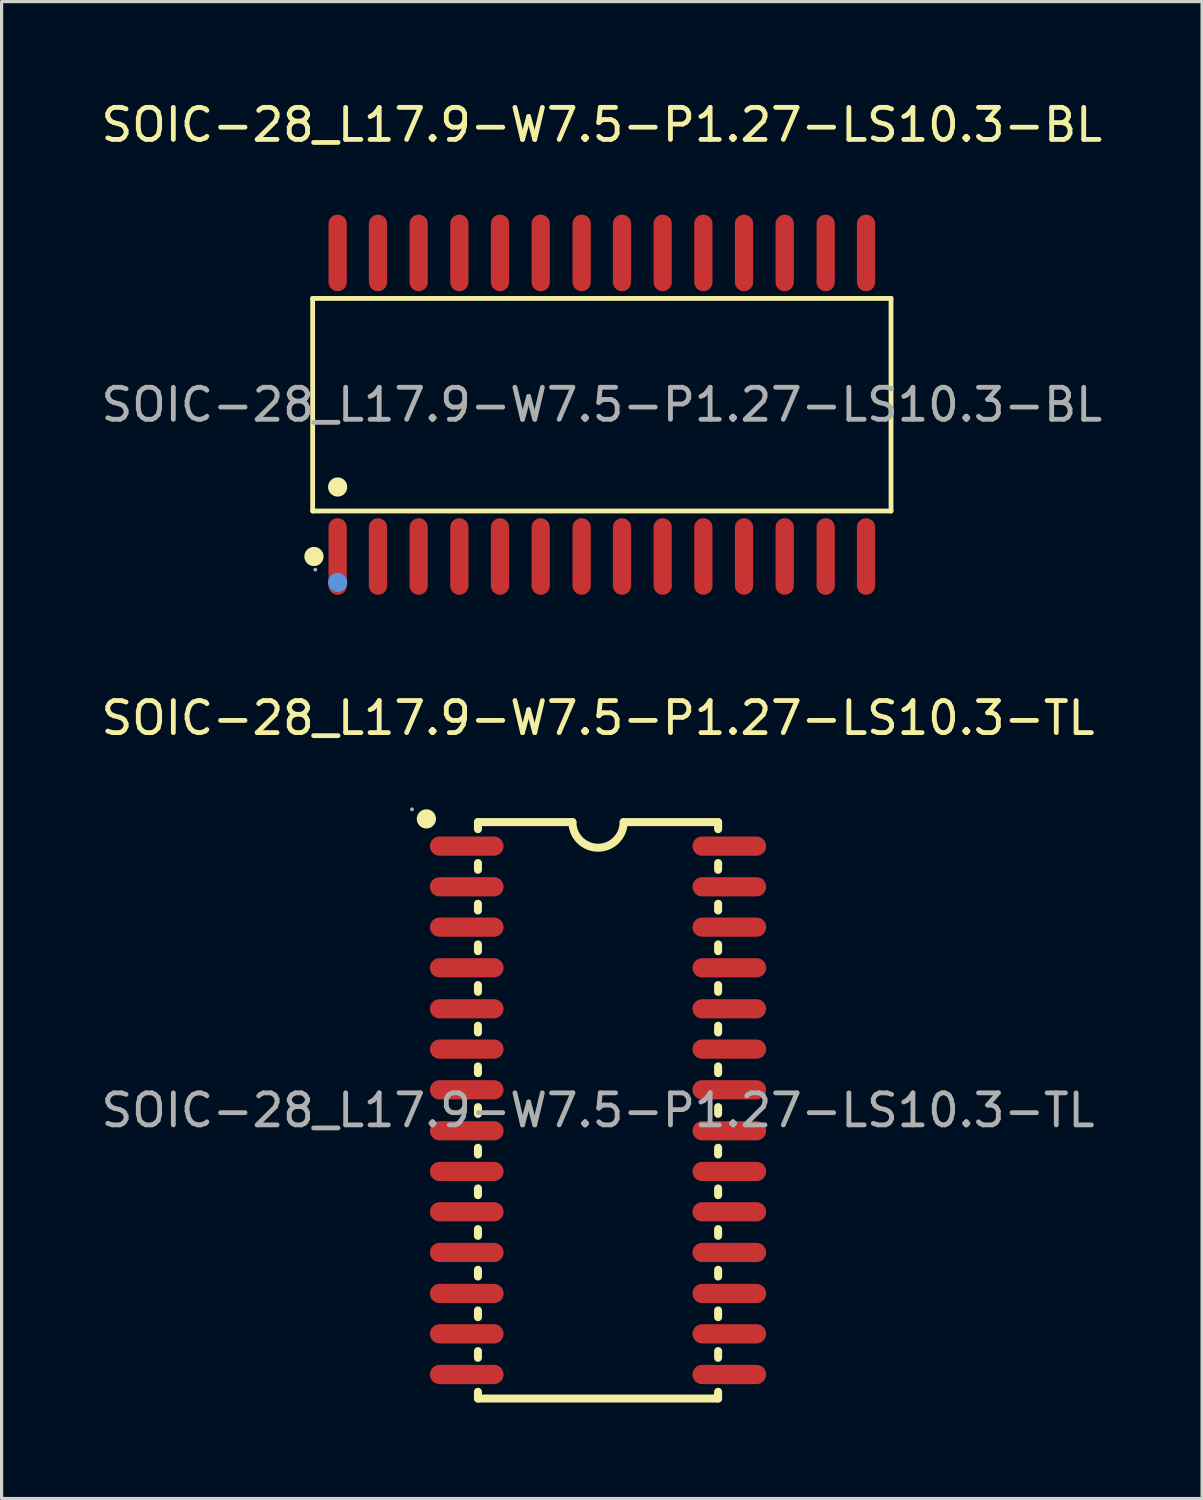
<source format=kicad_pcb>
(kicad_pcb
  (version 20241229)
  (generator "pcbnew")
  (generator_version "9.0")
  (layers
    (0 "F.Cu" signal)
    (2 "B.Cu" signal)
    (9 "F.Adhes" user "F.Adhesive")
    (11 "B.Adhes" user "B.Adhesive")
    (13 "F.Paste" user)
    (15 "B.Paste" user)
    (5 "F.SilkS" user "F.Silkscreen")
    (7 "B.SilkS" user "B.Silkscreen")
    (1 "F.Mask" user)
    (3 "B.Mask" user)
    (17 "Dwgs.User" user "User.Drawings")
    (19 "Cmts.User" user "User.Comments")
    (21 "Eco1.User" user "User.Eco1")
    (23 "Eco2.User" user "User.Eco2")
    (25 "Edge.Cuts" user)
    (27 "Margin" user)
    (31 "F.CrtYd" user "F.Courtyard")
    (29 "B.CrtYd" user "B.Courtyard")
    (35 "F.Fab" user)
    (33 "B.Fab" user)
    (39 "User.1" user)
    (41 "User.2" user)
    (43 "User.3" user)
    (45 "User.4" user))
  (footprint "SOIC-28_L17.9-W7.5-P1.27-LS10.3-TL"
    (layer "F.Cu")
    (at 15.625 31.622)
    (property "Reference" "SOIC-28_L17.9-W7.5-P1.27-LS10.3-TL" (at 0 -12.25 0) (layer "F.SilkS") (effects (font (size 1 1) (thickness 0.15))))
    (attr through_hole)
    (fp_line (start -3.75 -9) (end -3.75 -8.78) (stroke (width 0.25) (type solid)) (layer "F.SilkS"))
    (fp_line (start -3.75 -9) (end -0.8 -9) (stroke (width 0.25) (type solid)) (layer "F.SilkS"))
    (fp_line (start -3.75 -7.72) (end -3.75 -7.51) (stroke (width 0.25) (type solid)) (layer "F.SilkS"))
    (fp_line (start -3.75 -6.45) (end -3.75 -6.24) (stroke (width 0.25) (type solid)) (layer "F.SilkS"))
    (fp_line (start -3.75 -5.18) (end -3.75 -4.97) (stroke (width 0.25) (type solid)) (layer "F.SilkS"))
    (fp_line (start -3.75 -3.91) (end -3.75 -3.7) (stroke (width 0.25) (type solid)) (layer "F.SilkS"))
    (fp_line (start -3.75 -2.64) (end -3.75 -2.43) (stroke (width 0.25) (type solid)) (layer "F.SilkS"))
    (fp_line (start -3.75 -1.37) (end -3.75 -1.16) (stroke (width 0.25) (type solid)) (layer "F.SilkS"))
    (fp_line (start -3.75 -0.1) (end -3.75 0.11) (stroke (width 0.25) (type solid)) (layer "F.SilkS"))
    (fp_line (start -3.75 1.17) (end -3.75 1.38) (stroke (width 0.25) (type solid)) (layer "F.SilkS"))
    (fp_line (start -3.75 2.44) (end -3.75 2.65) (stroke (width 0.25) (type solid)) (layer "F.SilkS"))
    (fp_line (start -3.75 3.71) (end -3.75 3.92) (stroke (width 0.25) (type solid)) (layer "F.SilkS"))
    (fp_line (start -3.75 4.98) (end -3.75 5.19) (stroke (width 0.25) (type solid)) (layer "F.SilkS"))
    (fp_line (start -3.75 6.25) (end -3.75 6.46) (stroke (width 0.25) (type solid)) (layer "F.SilkS"))
    (fp_line (start -3.75 7.52) (end -3.75 7.73) (stroke (width 0.25) (type solid)) (layer "F.SilkS"))
    (fp_line (start -3.75 8.79) (end -3.75 9) (stroke (width 0.25) (type solid)) (layer "F.SilkS"))
    (fp_line (start 3.75 -9) (end 0.8 -9) (stroke (width 0.25) (type solid)) (layer "F.SilkS"))
    (fp_line (start 3.75 -9) (end 3.75 -8.78) (stroke (width 0.25) (type solid)) (layer "F.SilkS"))
    (fp_line (start 3.75 -7.72) (end 3.75 -7.51) (stroke (width 0.25) (type solid)) (layer "F.SilkS"))
    (fp_line (start 3.75 -6.45) (end 3.75 -6.24) (stroke (width 0.25) (type solid)) (layer "F.SilkS"))
    (fp_line (start 3.75 -5.18) (end 3.75 -4.97) (stroke (width 0.25) (type solid)) (layer "F.SilkS"))
    (fp_line (start 3.75 -3.91) (end 3.75 -3.7) (stroke (width 0.25) (type solid)) (layer "F.SilkS"))
    (fp_line (start 3.75 -2.64) (end 3.75 -2.43) (stroke (width 0.25) (type solid)) (layer "F.SilkS"))
    (fp_line (start 3.75 -1.37) (end 3.75 -1.16) (stroke (width 0.25) (type solid)) (layer "F.SilkS"))
    (fp_line (start 3.75 -0.1) (end 3.75 0.11) (stroke (width 0.25) (type solid)) (layer "F.SilkS"))
    (fp_line (start 3.75 1.17) (end 3.75 1.38) (stroke (width 0.25) (type solid)) (layer "F.SilkS"))
    (fp_line (start 3.75 2.44) (end 3.75 2.65) (stroke (width 0.25) (type solid)) (layer "F.SilkS"))
    (fp_line (start 3.75 3.71) (end 3.75 3.92) (stroke (width 0.25) (type solid)) (layer "F.SilkS"))
    (fp_line (start 3.75 4.98) (end 3.75 5.19) (stroke (width 0.25) (type solid)) (layer "F.SilkS"))
    (fp_line (start 3.75 6.25) (end 3.75 6.46) (stroke (width 0.25) (type solid)) (layer "F.SilkS"))
    (fp_line (start 3.75 7.52) (end 3.75 7.73) (stroke (width 0.25) (type solid)) (layer "F.SilkS"))
    (fp_line (start 3.75 8.79) (end 3.75 9) (stroke (width 0.25) (type solid)) (layer "F.SilkS"))
    (fp_line (start 3.75 9) (end -3.75 9) (stroke (width 0.25) (type solid)) (layer "F.SilkS"))
    (fp_arc (start -5.36 -9.1) (mid -5.36 -9.1) (end -5.36 -9.1) (stroke (width 0.3) (type solid)) (layer "F.SilkS"))
    (fp_arc (start 0.8 -9) (mid 0 -8.2) (end -0.8 -9) (stroke (width 0.25) (type solid)) (layer "F.SilkS"))
    (fp_circle (center -5.81 -9.4) (end -5.78 -9.4) (stroke (width 0.06) (type solid)) (fill no) (layer "F.Fab"))
    (fp_text user "${REFERENCE}" (at 0 0 0) (layer "F.Fab") (effects (font (size 1 1) (thickness 0.15))))
    (pad "1" smd oval (at -4.1 -8.25 90) (size 0.6 2.3) (layers "F.Cu" "F.Mask" "F.Paste"))
    (pad "2" smd oval (at -4.1 -6.98 90) (size 0.6 2.3) (layers "F.Cu" "F.Mask" "F.Paste"))
    (pad "3" smd oval (at -4.1 -5.72 90) (size 0.6 2.3) (layers "F.Cu" "F.Mask" "F.Paste"))
    (pad "4" smd oval (at -4.1 -4.45 90) (size 0.6 2.3) (layers "F.Cu" "F.Mask" "F.Paste"))
    (pad "5" smd oval (at -4.1 -3.17 90) (size 0.6 2.3) (layers "F.Cu" "F.Mask" "F.Paste"))
    (pad "6" smd oval (at -4.1 -1.91 90) (size 0.6 2.3) (layers "F.Cu" "F.Mask" "F.Paste"))
    (pad "7" smd oval (at -4.1 -0.64 90) (size 0.6 2.3) (layers "F.Cu" "F.Mask" "F.Paste"))
    (pad "8" smd oval (at -4.1 0.64 90) (size 0.6 2.3) (layers "F.Cu" "F.Mask" "F.Paste"))
    (pad "9" smd oval (at -4.1 1.91 90) (size 0.6 2.3) (layers "F.Cu" "F.Mask" "F.Paste"))
    (pad "10" smd oval (at -4.1 3.17 90) (size 0.6 2.3) (layers "F.Cu" "F.Mask" "F.Paste"))
    (pad "11" smd oval (at -4.1 4.44 90) (size 0.6 2.3) (layers "F.Cu" "F.Mask" "F.Paste"))
    (pad "12" smd oval (at -4.1 5.72 90) (size 0.6 2.3) (layers "F.Cu" "F.Mask" "F.Paste"))
    (pad "13" smd oval (at -4.1 6.98 90) (size 0.6 2.3) (layers "F.Cu" "F.Mask" "F.Paste"))
    (pad "14" smd oval (at -4.1 8.25 90) (size 0.6 2.3) (layers "F.Cu" "F.Mask" "F.Paste"))
    (pad "15" smd oval (at 4.1 8.25 90) (size 0.6 2.3) (layers "F.Cu" "F.Mask" "F.Paste"))
    (pad "16" smd oval (at 4.1 6.98 90) (size 0.6 2.3) (layers "F.Cu" "F.Mask" "F.Paste"))
    (pad "17" smd oval (at 4.1 5.72 90) (size 0.6 2.3) (layers "F.Cu" "F.Mask" "F.Paste"))
    (pad "18" smd oval (at 4.1 4.44 90) (size 0.6 2.3) (layers "F.Cu" "F.Mask" "F.Paste"))
    (pad "19" smd oval (at 4.1 3.17 90) (size 0.6 2.3) (layers "F.Cu" "F.Mask" "F.Paste"))
    (pad "20" smd oval (at 4.1 1.91 90) (size 0.6 2.3) (layers "F.Cu" "F.Mask" "F.Paste"))
    (pad "21" smd oval (at 4.1 0.64 90) (size 0.6 2.3) (layers "F.Cu" "F.Mask" "F.Paste"))
    (pad "22" smd oval (at 4.1 -0.64 90) (size 0.6 2.3) (layers "F.Cu" "F.Mask" "F.Paste"))
    (pad "23" smd oval (at 4.1 -1.91 90) (size 0.6 2.3) (layers "F.Cu" "F.Mask" "F.Paste"))
    (pad "24" smd oval (at 4.1 -3.17 90) (size 0.6 2.3) (layers "F.Cu" "F.Mask" "F.Paste"))
    (pad "25" smd oval (at 4.1 -4.45 90) (size 0.6 2.3) (layers "F.Cu" "F.Mask" "F.Paste"))
    (pad "26" smd oval (at 4.1 -5.72 90) (size 0.6 2.3) (layers "F.Cu" "F.Mask" "F.Paste"))
    (pad "27" smd oval (at 4.1 -6.98 90) (size 0.6 2.3) (layers "F.Cu" "F.Mask" "F.Paste"))
    (pad "28" smd oval (at 4.1 -8.25 90) (size 0.6 2.3) (layers "F.Cu" "F.Mask" "F.Paste")))
  (footprint "SOIC-28_L17.9-W7.5-P1.27-LS10.3-BL"
    (layer "F.Cu")
    (at 15.744 9.588)
    (property "Reference" "SOIC-28_L17.9-W7.5-P1.27-LS10.3-BL" (at 0 -8.74 0) (layer "F.SilkS") (effects (font (size 1 1) (thickness 0.15))))
    (attr through_hole)
    (fp_line (start -9.03 -3.32) (end 9.03 -3.32) (stroke (width 0.15) (type solid)) (layer "F.SilkS"))
    (fp_line (start -9.03 3.32) (end -9.03 -3.32) (stroke (width 0.15) (type solid)) (layer "F.SilkS"))
    (fp_line (start 9.03 -3.32) (end 9.03 3.32) (stroke (width 0.15) (type solid)) (layer "F.SilkS"))
    (fp_line (start 9.03 3.32) (end -9.03 3.32) (stroke (width 0.15) (type solid)) (layer "F.SilkS"))
    (fp_circle (center -8.99 4.74) (end -8.84 4.74) (stroke (width 0.3) (type solid)) (fill no) (layer "F.SilkS"))
    (fp_circle (center -8.25 2.57) (end -8.1 2.57) (stroke (width 0.3) (type solid)) (fill no) (layer "F.SilkS"))
    (fp_circle (center -8.25 5.55) (end -8.1 5.55) (stroke (width 0.3) (type solid)) (fill no) (layer "Cmts.User"))
    (fp_circle (center -8.95 5.15) (end -8.92 5.15) (stroke (width 0.06) (type solid)) (fill no) (layer "F.Fab"))
    (fp_text user "${REFERENCE}" (at 0 0 0) (layer "F.Fab") (effects (font (size 1 1) (thickness 0.15))))
    (pad "1" smd oval (at -8.25 4.74) (size 0.57 2.39) (layers "F.Cu" "F.Mask" "F.Paste"))
    (pad "2" smd oval (at -6.99 4.74) (size 0.57 2.39) (layers "F.Cu" "F.Mask" "F.Paste"))
    (pad "3" smd oval (at -5.72 4.74) (size 0.57 2.39) (layers "F.Cu" "F.Mask" "F.Paste"))
    (pad "4" smd oval (at -4.45 4.74) (size 0.57 2.39) (layers "F.Cu" "F.Mask" "F.Paste"))
    (pad "5" smd oval (at -3.18 4.74) (size 0.57 2.39) (layers "F.Cu" "F.Mask" "F.Paste"))
    (pad "6" smd oval (at -1.91 4.74) (size 0.57 2.39) (layers "F.Cu" "F.Mask" "F.Paste"))
    (pad "7" smd oval (at -0.63 4.74) (size 0.57 2.39) (layers "F.Cu" "F.Mask" "F.Paste"))
    (pad "8" smd oval (at 0.63 4.74) (size 0.57 2.39) (layers "F.Cu" "F.Mask" "F.Paste"))
    (pad "9" smd oval (at 1.9 4.74) (size 0.57 2.39) (layers "F.Cu" "F.Mask" "F.Paste"))
    (pad "10" smd oval (at 3.17 4.74) (size 0.57 2.39) (layers "F.Cu" "F.Mask" "F.Paste"))
    (pad "11" smd oval (at 4.44 4.74) (size 0.57 2.39) (layers "F.Cu" "F.Mask" "F.Paste"))
    (pad "12" smd oval (at 5.71 4.74) (size 0.57 2.39) (layers "F.Cu" "F.Mask" "F.Paste"))
    (pad "13" smd oval (at 6.99 4.74) (size 0.57 2.39) (layers "F.Cu" "F.Mask" "F.Paste"))
    (pad "14" smd oval (at 8.25 4.74) (size 0.57 2.39) (layers "F.Cu" "F.Mask" "F.Paste"))
    (pad "15" smd oval (at 8.25 -4.74) (size 0.57 2.39) (layers "F.Cu" "F.Mask" "F.Paste"))
    (pad "16" smd oval (at 6.99 -4.74) (size 0.57 2.39) (layers "F.Cu" "F.Mask" "F.Paste"))
    (pad "17" smd oval (at 5.71 -4.74) (size 0.57 2.39) (layers "F.Cu" "F.Mask" "F.Paste"))
    (pad "18" smd oval (at 4.44 -4.74) (size 0.57 2.39) (layers "F.Cu" "F.Mask" "F.Paste"))
    (pad "19" smd oval (at 3.17 -4.74) (size 0.57 2.39) (layers "F.Cu" "F.Mask" "F.Paste"))
    (pad "20" smd oval (at 1.9 -4.74) (size 0.57 2.39) (layers "F.Cu" "F.Mask" "F.Paste"))
    (pad "21" smd oval (at 0.63 -4.74) (size 0.57 2.39) (layers "F.Cu" "F.Mask" "F.Paste"))
    (pad "22" smd oval (at -0.63 -4.74) (size 0.57 2.39) (layers "F.Cu" "F.Mask" "F.Paste"))
    (pad "23" smd oval (at -1.91 -4.74) (size 0.57 2.39) (layers "F.Cu" "F.Mask" "F.Paste"))
    (pad "24" smd oval (at -3.18 -4.74) (size 0.57 2.39) (layers "F.Cu" "F.Mask" "F.Paste"))
    (pad "25" smd oval (at -4.45 -4.74) (size 0.57 2.39) (layers "F.Cu" "F.Mask" "F.Paste"))
    (pad "26" smd oval (at -5.72 -4.74) (size 0.57 2.39) (layers "F.Cu" "F.Mask" "F.Paste"))
    (pad "27" smd oval (at -6.99 -4.74) (size 0.57 2.39) (layers "F.Cu" "F.Mask" "F.Paste"))
    (pad "28" smd oval (at -8.25 -4.74) (size 0.57 2.39) (layers "F.Cu" "F.Mask" "F.Paste")))
  (gr_rect
    (start -3 -3)
    (end 34.488 43.746)
    (stroke (width 0.1) (type default))
    (fill no)
    (layer "Edge.Cuts")))
</source>
